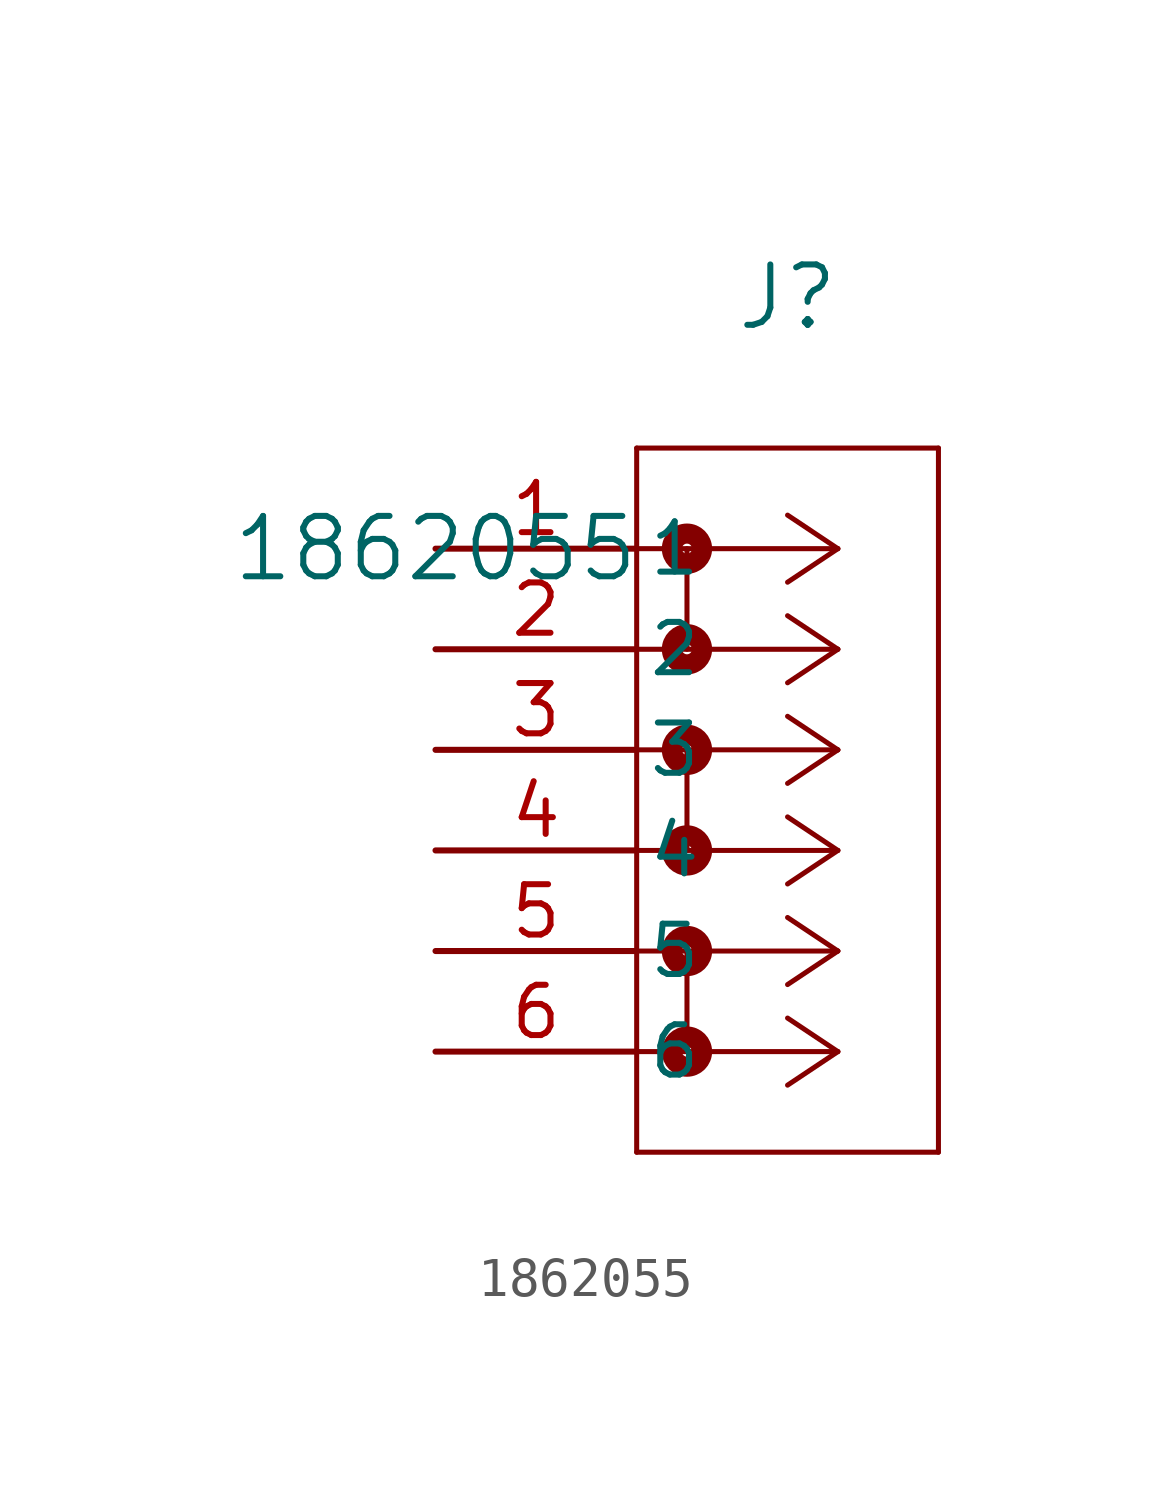
<source format=kicad_sym>
(kicad_symbol_lib
  (version 20211014)
  (generator kicad_symbol_editor)
  (symbol "1862055"
    (pin_names
      (offset 0.254))
    (property "Reference" "J"
      (at 8.89 6.35 0)
      (effects (font (size 1.524 1.524))))
    (property "Value" "1862055"
      (at 0 0 0)
      (effects (font (size 1.524 1.524))))
    (symbol "1862055_0_1"
      (polyline (pts (xy 10.16 -10.16) (xy 5.08 -10.16)) (stroke (width 0.127) (type default) (color 0 0 0 0)) (fill (type none)))
      (polyline (pts (xy 10.16 -12.7) (xy 5.08 -12.7)) (stroke (width 0.127) (type default) (color 0 0 0 0)) (fill (type none)))
      (polyline (pts (xy 10.16 -10.16) (xy 8.89 -9.313)) (stroke (width 0.127) (type default) (color 0 0 0 0)) (fill (type none)))
      (polyline (pts (xy 10.16 -12.7) (xy 8.89 -11.853)) (stroke (width 0.127) (type default) (color 0 0 0 0)) (fill (type none)))
      (polyline (pts (xy 10.16 -10.16) (xy 8.89 -11.007)) (stroke (width 0.127) (type default) (color 0 0 0 0)) (fill (type none)))
      (polyline (pts (xy 10.16 -12.7) (xy 8.89 -13.547)) (stroke (width 0.127) (type default) (color 0 0 0 0)) (fill (type none)))
      (circle (center 6.35 -10.16) (radius 0.127) (stroke (width 0.508) (type default) (color 0 0 0 0)) (fill (type none)))
      (circle (center 6.35 -12.7) (radius 0.127) (stroke (width 0.508) (type default) (color 0 0 0 0)) (fill (type none)))
      (polyline (pts (xy 6.35 -10.16) (xy 6.35 -12.7)) (stroke (width 0.127) (type default) (color 0 0 0 0)) (fill (type none)))
      (polyline (pts (xy 10.16 -5.08) (xy 5.08 -5.08)) (stroke (width 0.127) (type default) (color 0 0 0 0)) (fill (type none)))
      (polyline (pts (xy 10.16 -7.62) (xy 5.08 -7.62)) (stroke (width 0.127) (type default) (color 0 0 0 0)) (fill (type none)))
      (polyline (pts (xy 10.16 -5.08) (xy 8.89 -4.233)) (stroke (width 0.127) (type default) (color 0 0 0 0)) (fill (type none)))
      (polyline (pts (xy 10.16 -7.62) (xy 8.89 -6.773)) (stroke (width 0.127) (type default) (color 0 0 0 0)) (fill (type none)))
      (polyline (pts (xy 10.16 -5.08) (xy 8.89 -5.927)) (stroke (width 0.127) (type default) (color 0 0 0 0)) (fill (type none)))
      (polyline (pts (xy 10.16 -7.62) (xy 8.89 -8.467)) (stroke (width 0.127) (type default) (color 0 0 0 0)) (fill (type none)))
      (circle (center 6.35 -5.08) (radius 0.127) (stroke (width 0.508) (type default) (color 0 0 0 0)) (fill (type none)))
      (circle (center 6.35 -7.62) (radius 0.127) (stroke (width 0.508) (type default) (color 0 0 0 0)) (fill (type none)))
      (polyline (pts (xy 6.35 -5.08) (xy 6.35 -7.62)) (stroke (width 0.127) (type default) (color 0 0 0 0)) (fill (type none)))
      (polyline (pts (xy 5.08 2.54) (xy 5.08 -15.24)) (stroke (width 0.127) (type default) (color 0 0 0 0)) (fill (type none)))
      (polyline (pts (xy 5.08 -15.24) (xy 12.7 -15.24)) (stroke (width 0.127) (type default) (color 0 0 0 0)) (fill (type none)))
      (polyline (pts (xy 12.7 -15.24) (xy 12.7 2.54)) (stroke (width 0.127) (type default) (color 0 0 0 0)) (fill (type none)))
      (polyline (pts (xy 12.7 2.54) (xy 5.08 2.54)) (stroke (width 0.127) (type default) (color 0 0 0 0)) (fill (type none)))
      (polyline (pts (xy 10.16 0) (xy 5.08 0)) (stroke (width 0.127) (type default) (color 0 0 0 0)) (fill (type none)))
      (polyline (pts (xy 10.16 -2.54) (xy 5.08 -2.54)) (stroke (width 0.127) (type default) (color 0 0 0 0)) (fill (type none)))
      (polyline (pts (xy 10.16 0) (xy 8.89 0.847)) (stroke (width 0.127) (type default) (color 0 0 0 0)) (fill (type none)))
      (polyline (pts (xy 10.16 -2.54) (xy 8.89 -1.693)) (stroke (width 0.127) (type default) (color 0 0 0 0)) (fill (type none)))
      (polyline (pts (xy 10.16 0) (xy 8.89 -0.847)) (stroke (width 0.127) (type default) (color 0 0 0 0)) (fill (type none)))
      (polyline (pts (xy 10.16 -2.54) (xy 8.89 -3.387)) (stroke (width 0.127) (type default) (color 0 0 0 0)) (fill (type none)))
      (circle (center 6.35 0) (radius 0.127) (stroke (width 0.508) (type default) (color 0 0 0 0)) (fill (type none)))
      (circle (center 6.35 -2.54) (radius 0.127) (stroke (width 0.508) (type default) (color 0 0 0 0)) (fill (type none)))
      (polyline (pts (xy 6.35 0) (xy 6.35 -2.54)) (stroke (width 0.127) (type default) (color 0 0 0 0)) (fill (type none)))
      (pin unspecified line (at 0 0 0) (length 5.08) (name "1" (effects (font (size 1.27 1.27)))) (number "1" (effects (font (size 1.27 1.27)))))
      (pin unspecified line (at 0 -2.54 0) (length 5.08) (name "2" (effects (font (size 1.27 1.27)))) (number "2" (effects (font (size 1.27 1.27)))))
      (pin unspecified line (at 0 -5.08 0) (length 5.08) (name "3" (effects (font (size 1.27 1.27)))) (number "3" (effects (font (size 1.27 1.27)))))
      (pin unspecified line (at 0 -7.62 0) (length 5.08) (name "4" (effects (font (size 1.27 1.27)))) (number "4" (effects (font (size 1.27 1.27)))))
      (pin unspecified line (at 0 -10.16 0) (length 5.08) (name "5" (effects (font (size 1.27 1.27)))) (number "5" (effects (font (size 1.27 1.27)))))
      (pin unspecified line (at 0 -12.7 0) (length 5.08) (name "6" (effects (font (size 1.27 1.27)))) (number "6" (effects (font (size 1.27 1.27))))))))
</source>
